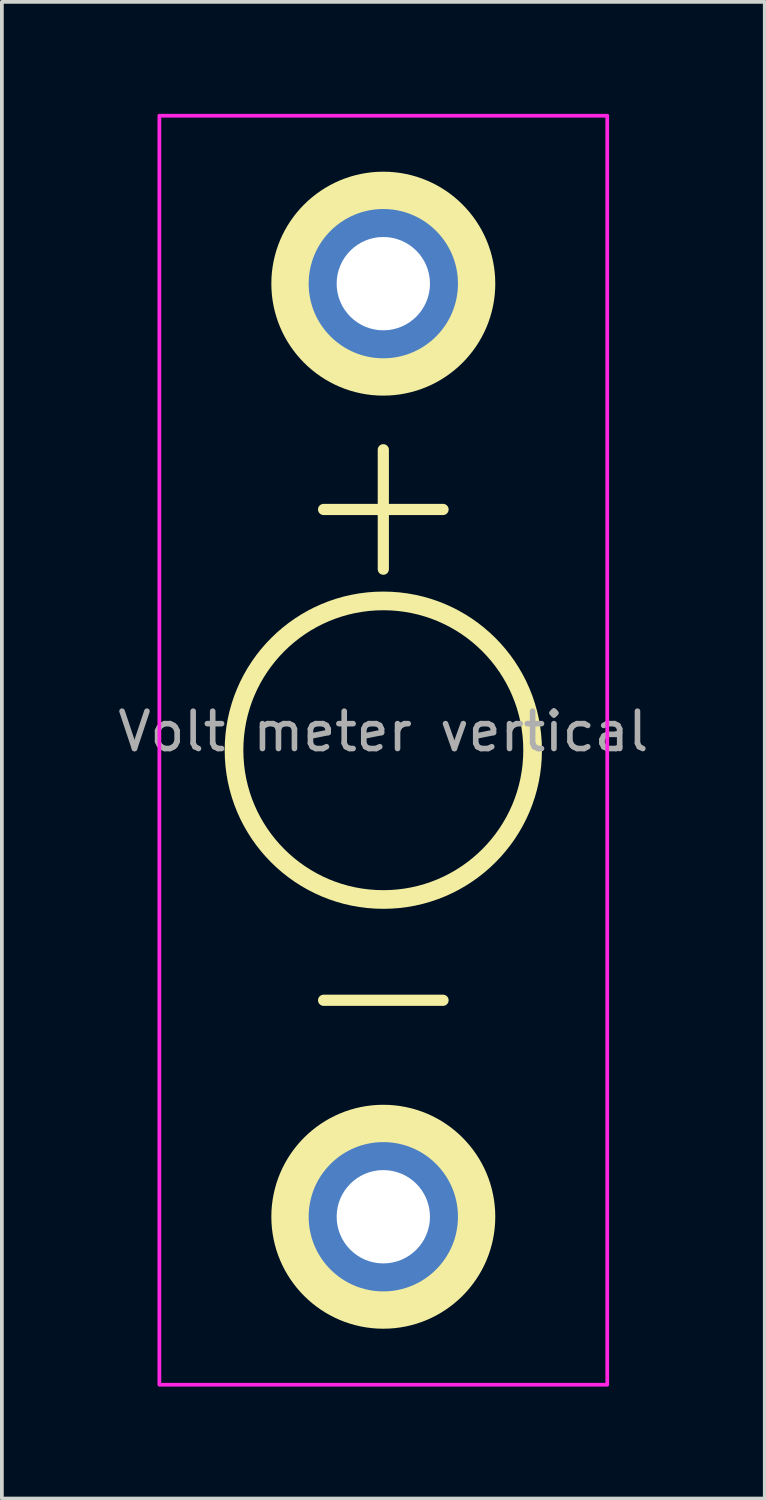
<source format=kicad_pcb>
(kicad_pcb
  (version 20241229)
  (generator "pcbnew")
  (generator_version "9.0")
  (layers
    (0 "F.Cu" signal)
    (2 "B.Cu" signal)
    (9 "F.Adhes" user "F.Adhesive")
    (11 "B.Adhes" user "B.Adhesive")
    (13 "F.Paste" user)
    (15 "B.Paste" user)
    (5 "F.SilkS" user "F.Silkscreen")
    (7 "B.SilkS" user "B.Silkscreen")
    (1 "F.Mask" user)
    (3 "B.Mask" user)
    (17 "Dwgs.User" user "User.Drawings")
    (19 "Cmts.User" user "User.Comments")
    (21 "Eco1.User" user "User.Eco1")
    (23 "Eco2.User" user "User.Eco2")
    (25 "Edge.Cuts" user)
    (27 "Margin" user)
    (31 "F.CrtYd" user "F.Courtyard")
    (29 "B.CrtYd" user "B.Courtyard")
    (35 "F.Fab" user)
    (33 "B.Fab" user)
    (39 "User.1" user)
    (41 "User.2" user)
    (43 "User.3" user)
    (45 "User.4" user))
  (footprint "Volt meter vertical"
    (layer "F.Cu")
    (at 7.22 17.05)
    (property "Reference" "Volt meter vertical" (at 0 -0.5 0) (unlocked yes) (layer "F.Fab") (effects (font (size 1 1) (thickness 0.15))))
    (attr smd)
    (fp_line (start -1.6 -6.45) (end 1.6 -6.45) (stroke (width 0.3) (type default)) (layer "F.SilkS"))
    (fp_line (start -1.6 6.7) (end 1.6 6.7) (stroke (width 0.3) (type default)) (layer "F.SilkS"))
    (fp_line (start 0 -4.85) (end 0 -8.05) (stroke (width 0.3) (type default)) (layer "F.SilkS"))
    (fp_circle (center 0 -12.5) (end -2.5 -12.5) (stroke (width 1) (type default)) (fill no) (layer "F.SilkS"))
    (fp_circle (center 0 0) (end 4 0) (stroke (width 0.5) (type default)) (fill no) (layer "F.SilkS"))
    (fp_circle (center 0 12.5) (end -2.5 12.5) (stroke (width 1) (type default)) (fill no) (layer "F.SilkS"))
    (fp_rect (start -6 -17) (end 6 17) (stroke (width 0.1) (type default)) (fill no) (layer "F.CrtYd"))
    (pad "1" thru_hole circle (at 0 12.5 180) (size 4.8 4.8) (drill 2.5) (layers "*.Cu" "*.Mask"))
    (pad "2" thru_hole circle (at 0 -12.5 180) (size 4.8 4.8) (drill 2.5) (layers "*.Cu" "*.Mask")))
  (gr_rect
    (start -3 -3)
    (end 17.44 37.1)
    (stroke (width 0.1) (type default))
    (fill no)
    (layer "Edge.Cuts")))
</source>
